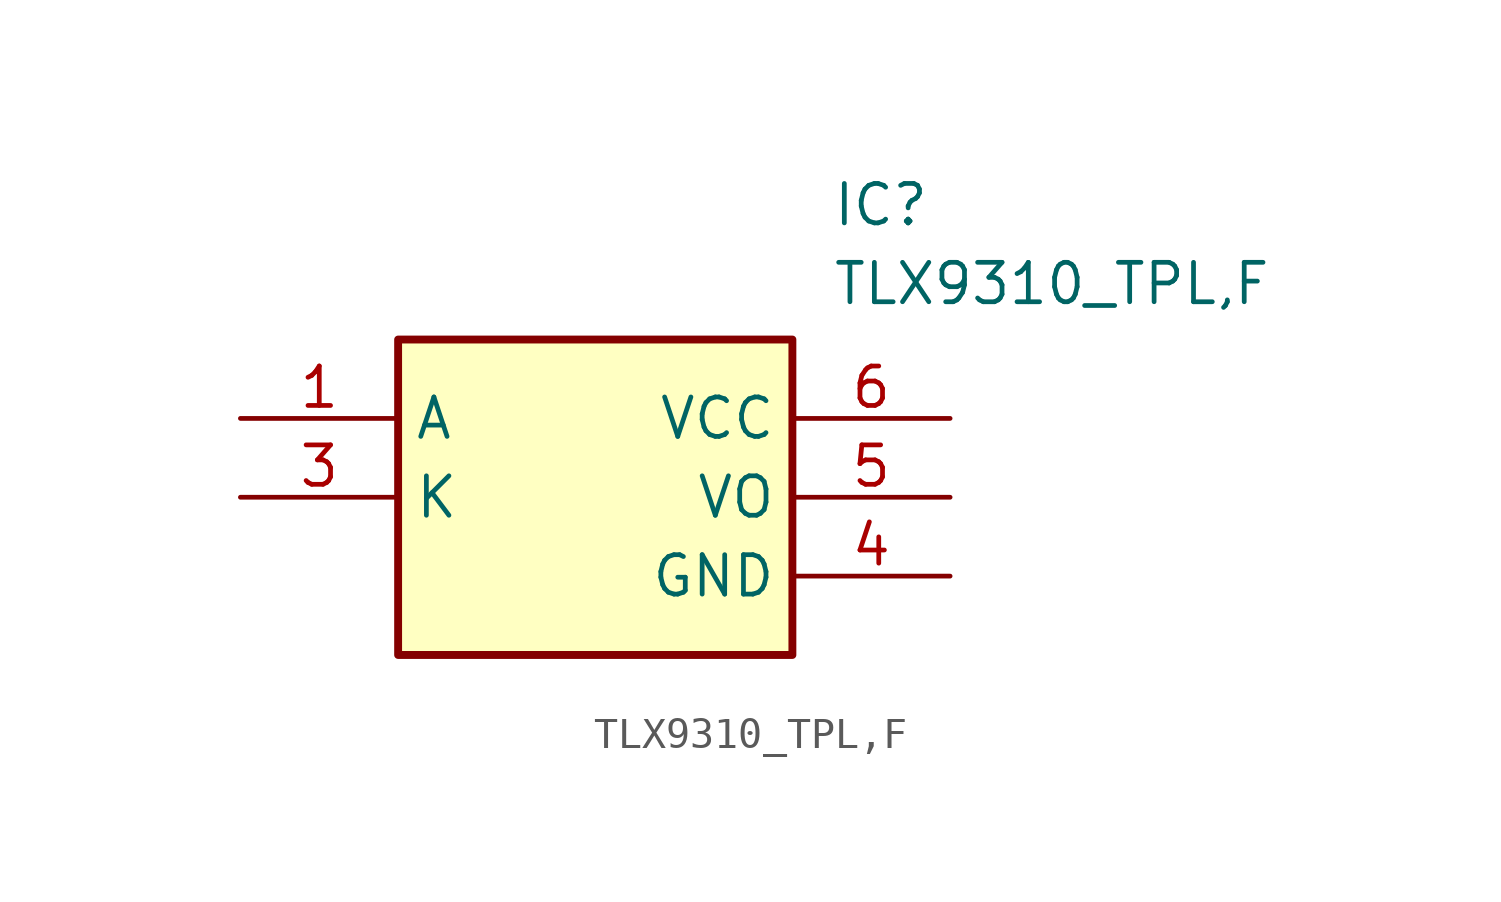
<source format=kicad_sym>
(kicad_symbol_lib
  (version 20211014)
  (generator SamacSys_ECAD_Model)
  (symbol "TLX9310_TPL,F"
    (property "Reference" "IC"
      (at 19.05 7.62 0)
      (effects (font (size 1.27 1.27)) (justify left top)))
    (property "Value" "TLX9310_TPL,F"
      (at 19.05 5.08 0)
      (effects (font (size 1.27 1.27)) (justify left top)))
    (rectangle
      (start 5.08 2.54)
      (end 17.78 -7.62)
      (stroke (width 0.254) (type default))
      (fill (type background)))
    (pin passive line
      (at 0 0 0)
      (length 5.08)
      (name "A" (effects (font (size 1.27 1.27))))
      (number "1" (effects (font (size 1.27 1.27)))))
    (pin passive line
      (at 0 -2.54 0)
      (length 5.08)
      (name "K" (effects (font (size 1.27 1.27))))
      (number "3" (effects (font (size 1.27 1.27)))))
    (pin passive line
      (at 22.86 -5.08 180)
      (length 5.08)
      (name "GND" (effects (font (size 1.27 1.27))))
      (number "4" (effects (font (size 1.27 1.27)))))
    (pin passive line
      (at 22.86 -2.54 180)
      (length 5.08)
      (name "VO" (effects (font (size 1.27 1.27))))
      (number "5" (effects (font (size 1.27 1.27)))))
    (pin passive line
      (at 22.86 0 180)
      (length 5.08)
      (name "VCC" (effects (font (size 1.27 1.27))))
      (number "6" (effects (font (size 1.27 1.27)))))))
</source>
